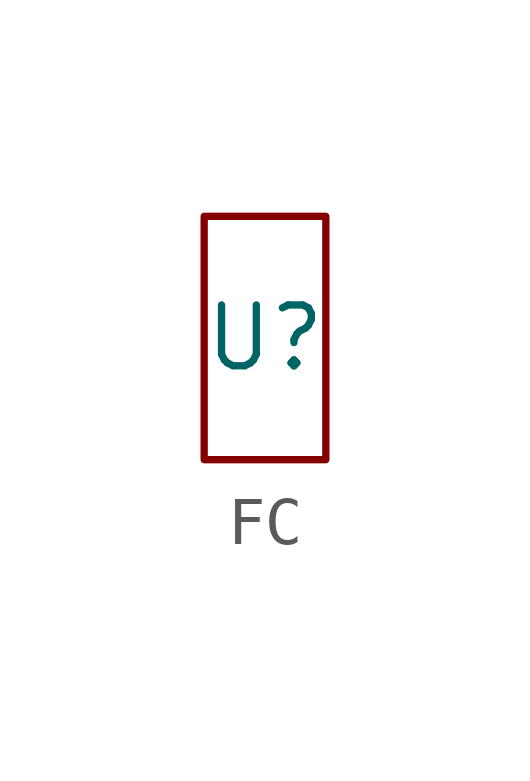
<source format=kicad_sym>
(kicad_symbol_lib
  (version 20231120)
  (generator "kicad_symbol_editor")
  (generator_version "8.0")
  (symbol "FC"
    (property "Reference" "U"
      (at 0 0 0)
      (effects (font (size 1.27 1.27))))
    (property "Value" ""
      (at 0 0 0)
      (effects (font (size 1.27 1.27))))
    (symbol "FC_0_1"
      (polyline (pts (xy -1.27 2.54) (xy 1.27 2.54) (xy 1.27 -2.54) (xy -1.27 -2.54) (xy -1.27 2.54)) (stroke (width 0) (type default)) (fill (type none))))))
</source>
